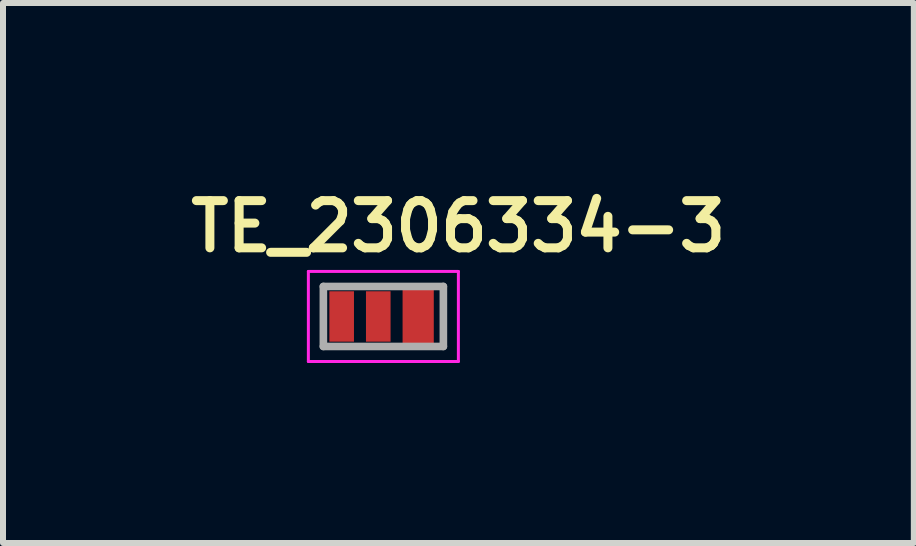
<source format=kicad_pcb>
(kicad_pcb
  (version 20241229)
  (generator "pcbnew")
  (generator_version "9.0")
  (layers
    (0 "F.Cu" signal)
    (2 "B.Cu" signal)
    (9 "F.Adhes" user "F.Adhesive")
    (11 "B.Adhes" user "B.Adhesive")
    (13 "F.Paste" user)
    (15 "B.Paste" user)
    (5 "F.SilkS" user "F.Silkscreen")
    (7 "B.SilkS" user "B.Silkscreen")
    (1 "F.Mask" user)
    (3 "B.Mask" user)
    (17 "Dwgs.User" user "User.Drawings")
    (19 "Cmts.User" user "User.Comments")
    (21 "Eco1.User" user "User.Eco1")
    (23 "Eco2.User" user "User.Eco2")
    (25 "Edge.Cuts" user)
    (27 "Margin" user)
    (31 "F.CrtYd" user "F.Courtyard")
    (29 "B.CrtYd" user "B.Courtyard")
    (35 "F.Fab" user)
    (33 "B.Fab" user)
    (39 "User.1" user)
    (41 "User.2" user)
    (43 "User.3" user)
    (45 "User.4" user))
  (footprint "TE_2306334-3"
    (layer "F.Cu")
    (at 3.339 2.224)
    (property "Reference" "TE_2306334-3" (at 1.25 -1.5 0) (layer "F.SilkS") (effects (font (size 0.787 0.787) (thickness 0.15))))
    (attr smd)
    (fp_line (start -1.25 -0.75) (end -1.25 0.75) (stroke (width 0.05) (type solid)) (layer "F.CrtYd"))
    (fp_line (start -1.25 0.75) (end 1.25 0.75) (stroke (width 0.05) (type solid)) (layer "F.CrtYd"))
    (fp_line (start 1.25 -0.75) (end -1.25 -0.75) (stroke (width 0.05) (type solid)) (layer "F.CrtYd"))
    (fp_line (start 1.25 0.75) (end 1.25 -0.75) (stroke (width 0.05) (type solid)) (layer "F.CrtYd"))
    (fp_line (start -1 -0.5) (end 1 -0.5) (stroke (width 0.127) (type solid)) (layer "F.Fab"))
    (fp_line (start -1 0.5) (end -1 -0.5) (stroke (width 0.127) (type solid)) (layer "F.Fab"))
    (fp_line (start 1 -0.5) (end 1 0.5) (stroke (width 0.127) (type solid)) (layer "F.Fab"))
    (fp_line (start 1 0.5) (end -1 0.5) (stroke (width 0.127) (type solid)) (layer "F.Fab"))
    (pad "1_1" smd rect (at -0.695 0) (size 0.41 0.84) (layers "F.Cu" "F.Mask" "F.Paste"))
    (pad "1_2" smd rect (at -0.085 0) (size 0.41 0.84) (layers "F.Cu" "F.Mask" "F.Paste"))
    (pad "1_3" smd rect (at 0.58 0) (size 0.52 1) (layers "F.Cu" "F.Mask" "F.Paste")))
  (gr_rect
    (start -3 -3)
    (end 12.179 5.999)
    (stroke (width 0.1) (type default))
    (fill no)
    (layer "Edge.Cuts")))
</source>
